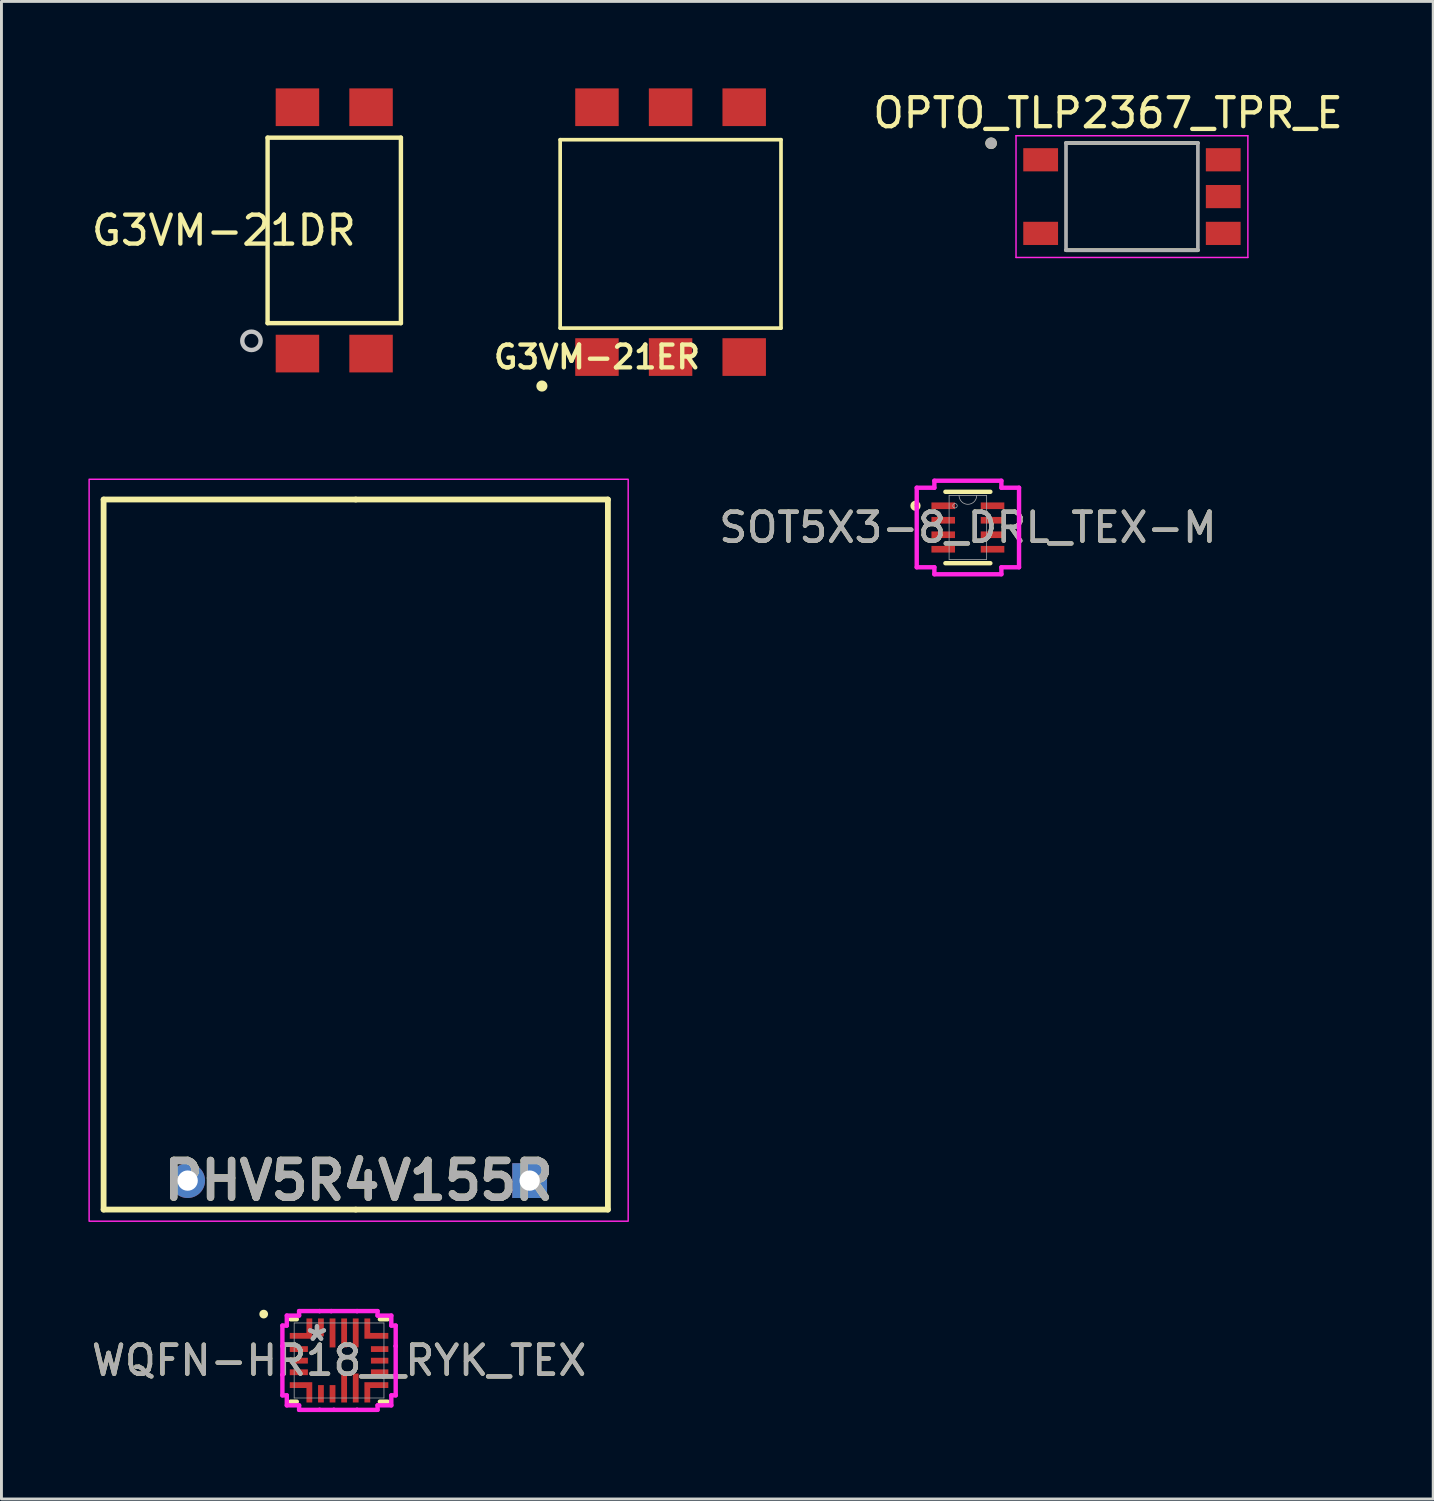
<source format=kicad_pcb>
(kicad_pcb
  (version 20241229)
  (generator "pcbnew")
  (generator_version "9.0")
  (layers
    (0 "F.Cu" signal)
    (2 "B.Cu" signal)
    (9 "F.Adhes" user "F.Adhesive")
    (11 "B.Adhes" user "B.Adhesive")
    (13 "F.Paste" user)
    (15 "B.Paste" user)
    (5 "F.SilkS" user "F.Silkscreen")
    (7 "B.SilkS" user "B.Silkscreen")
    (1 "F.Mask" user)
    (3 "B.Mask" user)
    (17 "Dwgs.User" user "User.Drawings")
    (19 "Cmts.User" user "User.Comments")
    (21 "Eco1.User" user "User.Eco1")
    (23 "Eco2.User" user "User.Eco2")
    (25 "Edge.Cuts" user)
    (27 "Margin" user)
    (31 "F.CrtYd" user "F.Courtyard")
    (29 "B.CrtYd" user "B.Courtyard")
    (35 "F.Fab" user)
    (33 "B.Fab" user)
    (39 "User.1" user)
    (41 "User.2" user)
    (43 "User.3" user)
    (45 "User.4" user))
  (footprint "WQFN-HR18__RYK_TEX"
    (layer "F.Cu")
    (at 8.649 43.892)
    (property "Reference" "WQFN-HR18__RYK_TEX" (at 0 0 0) (unlocked yes) (layer "F.SilkS") (effects (font (size 1 1) (thickness 0.15))))
    (attr smd)
    (fp_line (start -1.676 -1.422) (end -1.458 -1.422) (stroke (width 0.152) (type solid)) (layer "F.SilkS"))
    (fp_line (start -1.458 1.422) (end -1.676 1.422) (stroke (width 0.152) (type solid)) (layer "F.SilkS"))
    (fp_line (start 1.408 -1.422) (end 1.676 -1.422) (stroke (width 0.152) (type solid)) (layer "F.SilkS"))
    (fp_line (start 1.676 1.422) (end 1.408 1.422) (stroke (width 0.152) (type solid)) (layer "F.SilkS"))
    (fp_circle (center -2.6 -1.6) (end -2.6 -1.5) (stroke (width 0.1) (type solid)) (fill yes) (layer "F.SilkS"))
    (fp_line (start -1.955 -1.204) (end -1.955 -0.496) (stroke (width 0.152) (type solid)) (layer "F.CrtYd"))
    (fp_line (start -1.955 -0.496) (end -1.954 -0.496) (stroke (width 0.152) (type solid)) (layer "F.CrtYd"))
    (fp_line (start -1.955 0.496) (end -1.955 1.204) (stroke (width 0.152) (type solid)) (layer "F.CrtYd"))
    (fp_line (start -1.955 1.204) (end -1.803 1.204) (stroke (width 0.152) (type solid)) (layer "F.CrtYd"))
    (fp_line (start -1.954 -0.496) (end -1.954 0.496) (stroke (width 0.152) (type solid)) (layer "F.CrtYd"))
    (fp_line (start -1.954 0.496) (end -1.955 0.496) (stroke (width 0.152) (type solid)) (layer "F.CrtYd"))
    (fp_line (start -1.803 -1.549) (end -1.803 -1.204) (stroke (width 0.152) (type solid)) (layer "F.CrtYd"))
    (fp_line (start -1.803 -1.204) (end -1.955 -1.204) (stroke (width 0.152) (type solid)) (layer "F.CrtYd"))
    (fp_line (start -1.803 1.204) (end -1.803 1.549) (stroke (width 0.152) (type solid)) (layer "F.CrtYd"))
    (fp_line (start -1.803 1.549) (end -1.379 1.549) (stroke (width 0.152) (type solid)) (layer "F.CrtYd"))
    (fp_line (start -1.379 -1.704) (end -1.379 -1.549) (stroke (width 0.152) (type solid)) (layer "F.CrtYd"))
    (fp_line (start -1.379 -1.549) (end -1.803 -1.549) (stroke (width 0.152) (type solid)) (layer "F.CrtYd"))
    (fp_line (start -1.379 1.549) (end -1.379 1.704) (stroke (width 0.152) (type solid)) (layer "F.CrtYd"))
    (fp_line (start -1.379 1.704) (end -0.671 1.704) (stroke (width 0.152) (type solid)) (layer "F.CrtYd"))
    (fp_line (start -0.671 -1.704) (end -0.671 -1.704) (stroke (width 0.152) (type solid)) (layer "F.CrtYd"))
    (fp_line (start -0.671 -1.704) (end -1.379 -1.704) (stroke (width 0.152) (type solid)) (layer "F.CrtYd"))
    (fp_line (start -0.671 1.704) (end -0.671 1.704) (stroke (width 0.152) (type solid)) (layer "F.CrtYd"))
    (fp_line (start -0.671 1.704) (end -0.179 1.704) (stroke (width 0.152) (type solid)) (layer "F.CrtYd"))
    (fp_line (start -0.271 -1.704) (end -0.671 -1.704) (stroke (width 0.152) (type solid)) (layer "F.CrtYd"))
    (fp_line (start -0.271 -1.704) (end -0.271 -1.704) (stroke (width 0.152) (type solid)) (layer "F.CrtYd"))
    (fp_line (start -0.179 1.704) (end 0.621 1.704) (stroke (width 0.152) (type solid)) (layer "F.CrtYd"))
    (fp_line (start -0.179 1.704) (end -0.179 1.704) (stroke (width 0.152) (type solid)) (layer "F.CrtYd"))
    (fp_line (start 0.621 -1.704) (end 0.621 -1.704) (stroke (width 0.152) (type solid)) (layer "F.CrtYd"))
    (fp_line (start 0.621 -1.704) (end -0.271 -1.704) (stroke (width 0.152) (type solid)) (layer "F.CrtYd"))
    (fp_line (start 0.621 1.704) (end 0.621 1.704) (stroke (width 0.152) (type solid)) (layer "F.CrtYd"))
    (fp_line (start 0.621 1.704) (end 1.329 1.704) (stroke (width 0.152) (type solid)) (layer "F.CrtYd"))
    (fp_line (start 1.329 -1.704) (end 0.621 -1.704) (stroke (width 0.152) (type solid)) (layer "F.CrtYd"))
    (fp_line (start 1.329 -1.549) (end 1.329 -1.704) (stroke (width 0.152) (type solid)) (layer "F.CrtYd"))
    (fp_line (start 1.329 1.549) (end 1.803 1.549) (stroke (width 0.152) (type solid)) (layer "F.CrtYd"))
    (fp_line (start 1.329 1.704) (end 1.329 1.549) (stroke (width 0.152) (type solid)) (layer "F.CrtYd"))
    (fp_line (start 1.803 -1.549) (end 1.329 -1.549) (stroke (width 0.152) (type solid)) (layer "F.CrtYd"))
    (fp_line (start 1.803 -1.204) (end 1.803 -1.549) (stroke (width 0.152) (type solid)) (layer "F.CrtYd"))
    (fp_line (start 1.803 1.204) (end 1.954 1.204) (stroke (width 0.152) (type solid)) (layer "F.CrtYd"))
    (fp_line (start 1.803 1.549) (end 1.803 1.204) (stroke (width 0.152) (type solid)) (layer "F.CrtYd"))
    (fp_line (start 1.954 -1.204) (end 1.803 -1.204) (stroke (width 0.152) (type solid)) (layer "F.CrtYd"))
    (fp_line (start 1.954 -0.496) (end 1.954 -1.204) (stroke (width 0.152) (type solid)) (layer "F.CrtYd"))
    (fp_line (start 1.954 -0.496) (end 1.954 -0.496) (stroke (width 0.152) (type solid)) (layer "F.CrtYd"))
    (fp_line (start 1.954 0.496) (end 1.954 -0.496) (stroke (width 0.152) (type solid)) (layer "F.CrtYd"))
    (fp_line (start 1.954 0.496) (end 1.954 0.496) (stroke (width 0.152) (type solid)) (layer "F.CrtYd"))
    (fp_line (start 1.954 1.204) (end 1.954 0.496) (stroke (width 0.152) (type solid)) (layer "F.CrtYd"))
    (fp_line (start -1.549 -1.295) (end -1.549 1.295) (stroke (width 0.025) (type solid)) (layer "F.Fab"))
    (fp_line (start -1.549 1.295) (end 1.549 1.295) (stroke (width 0.025) (type solid)) (layer "F.Fab"))
    (fp_line (start 1.549 -1.295) (end -1.549 -1.295) (stroke (width 0.025) (type solid)) (layer "F.Fab"))
    (fp_line (start 1.549 1.295) (end 1.549 -1.295) (stroke (width 0.025) (type solid)) (layer "F.Fab"))
    (fp_text user "${REFERENCE}" (at 0 0 0) (unlocked yes) (layer "F.Fab") (effects (font (size 1 1) (thickness 0.15))))
    (fp_text user "*" (at -0.762 -0.635 0) (layer "F.Fab") (effects (font (size 1 1) (thickness 0.15))))
    (fp_text user "*" (at -0.762 -0.635 0) (unlocked yes) (layer "F.Fab") (effects (font (size 1 1) (thickness 0.15))))
    (pad "1" smd custom (at -1.313 -0.85) (size 0.775 0.2) (layers "F.Cu" "F.Mask" "F.Paste") (options (anchor rect)) (primitives (gr_poly (pts (xy -0.388 -0.1) (xy -0.388 0.1) (xy 0.388 0.1) (xy 0.388 -0.6) (xy 0.188 -0.6) (xy 0.188 -0.1)) (width 0) (fill yes)) (gr_rect (start 0.188 -0.6) (end 0.388 -0.1) (width 0) (fill yes))))
    (pad "2" smd rect (at -1.388 -0.393) (size 0.625 0.2) (layers "F.Cu" "F.Mask" "F.Paste"))
    (pad "3" smd rect (at -1.388 0.007) (size 0.625 0.2) (layers "F.Cu" "F.Mask" "F.Paste"))
    (pad "4" smd rect (at -1.388 0.407) (size 0.625 0.2) (layers "F.Cu" "F.Mask" "F.Paste"))
    (pad "5" smd custom (at -1.313 0.85) (size 0.776 0.2) (layers "F.Cu" "F.Mask" "F.Paste") (options (anchor rect)) (primitives (gr_poly (pts (xy -0.388 0.1) (xy -0.388 -0.1) (xy 0.388 -0.1) (xy 0.388 0.6) (xy 0.188 0.6) (xy 0.188 0.1)) (width 0) (fill yes)) (gr_rect (start 0.188 0.1) (end 0.388 0.6) (width 0) (fill yes))))
    (pad "6" smd rect (at -0.625 1.15 90) (size 0.6 0.2) (layers "F.Cu" "F.Mask" "F.Paste"))
    (pad "7" smd rect (at -0.225 1.15 90) (size 0.6 0.2) (layers "F.Cu" "F.Mask" "F.Paste"))
    (pad "8" smd rect (at 0.175 0.95) (size 0.2 1) (layers "F.Cu" "F.Mask" "F.Paste"))
    (pad "9" smd rect (at 0.575 0.95) (size 0.2 1) (layers "F.Cu" "F.Mask" "F.Paste"))
    (pad "10" smd custom (at 1.287 0.85) (size 0.825 0.2) (layers "F.Cu" "F.Mask" "F.Paste") (options (anchor rect)) (primitives (gr_poly (pts (xy -0.412 0.6) (xy -0.412 -0.1) (xy 0.412 -0.1) (xy 0.412 0.1) (xy -0.212 0.1) (xy -0.212 0.6)) (width 0) (fill yes)) (gr_rect (start -0.412 0.1) (end -0.212 0.6) (width 0) (fill yes))))
    (pad "11" smd rect (at 1.4 0.407) (size 0.6 0.2) (layers "F.Cu" "F.Mask" "F.Paste"))
    (pad "12" smd rect (at 1.4 0.007) (size 0.6 0.2) (layers "F.Cu" "F.Mask" "F.Paste"))
    (pad "13" smd rect (at 1.4 -0.393) (size 0.6 0.2) (layers "F.Cu" "F.Mask" "F.Paste"))
    (pad "14" smd custom (at 1.287 -0.85) (size 0.825 0.2) (layers "F.Cu" "F.Mask" "F.Paste") (options (anchor rect)) (primitives (gr_poly (pts (xy -0.412 -0.6) (xy -0.412 0.1) (xy 0.412 0.1) (xy 0.412 -0.1) (xy -0.212 -0.1) (xy -0.212 -0.6)) (width 0) (fill yes)) (gr_rect (start -0.412 -0.6) (end -0.212 -0.1) (width 0) (fill yes))))
    (pad "15" smd rect (at 0.575 -0.95) (size 0.2 1) (layers "F.Cu" "F.Mask" "F.Paste"))
    (pad "16" smd rect (at 0.175 -0.95) (size 0.2 1) (layers "F.Cu" "F.Mask" "F.Paste"))
    (pad "17" smd rect (at -0.225 -0.95) (size 0.2 1) (layers "F.Cu" "F.Mask" "F.Paste"))
    (pad "18" smd rect (at -0.625 -1.141 90) (size 0.619 0.2) (layers "F.Cu" "F.Mask" "F.Paste")))
  (footprint "PHV5R4V155R"
    (layer "F.Cu")
    (at 15.225 37.686)
    (property "Reference" "PHV5R4V155R" (at -5.9 0 0) (layer "F.SilkS") (effects (font (size 1.27 1.27) (thickness 0.254))))
    (attr through_hole)
    (fp_line (start -14.7 -23.5) (end -6 -23.5) (stroke (width 0.2) (type solid)) (layer "F.SilkS"))
    (fp_line (start -14.7 1) (end -14.7 -23.5) (stroke (width 0.2) (type solid)) (layer "F.SilkS"))
    (fp_line (start -14.7 1) (end -6 1) (stroke (width 0.2) (type solid)) (layer "F.SilkS"))
    (fp_line (start -6 -23.5) (end 2.7 -23.5) (stroke (width 0.2) (type solid)) (layer "F.SilkS"))
    (fp_line (start -6 1) (end 2.7 1) (stroke (width 0.2) (type solid)) (layer "F.SilkS"))
    (fp_line (start 2.7 1) (end 2.7 -23.5) (stroke (width 0.2) (type solid)) (layer "F.SilkS"))
    (fp_rect (start -15.2 -24.2) (end 3.4 1.4) (stroke (width 0.05) (type default)) (fill no) (layer "F.CrtYd"))
    (fp_text user "${REFERENCE}" (at -5.9 0 0) (layer "F.Fab") (effects (font (size 1.27 1.27) (thickness 0.254))))
    (pad "1" thru_hole rect (at 0 0) (size 1.2 1.2) (drill 0.7) (layers "*.Cu" "*.Mask"))
    (pad "2" thru_hole circle (at -11.8 0) (size 1.2 1.2) (drill 0.7) (layers "*.Cu" "*.Mask")))
  (footprint "G3VM-21DR"
    (layer "F.Cu")
    (at 8.483 4.9)
    (property "Reference" "G3VM-21DR" (at -3.81 0 180) (layer "F.SilkS") (effects (font (size 1 1) (thickness 0.15))))
    (attr smd)
    (fp_line (start -2.3 -3.2) (end 2.3 -3.2) (stroke (width 0.152) (type solid)) (layer "F.SilkS"))
    (fp_line (start -2.3 3.2) (end -2.3 -3.2) (stroke (width 0.152) (type solid)) (layer "F.SilkS"))
    (fp_line (start 2.3 -3.2) (end 2.3 3.2) (stroke (width 0.152) (type solid)) (layer "F.SilkS"))
    (fp_line (start 2.3 3.2) (end -2.3 3.2) (stroke (width 0.152) (type solid)) (layer "F.SilkS"))
    (fp_circle (center -2.857 3.81) (end -2.54 3.81) (stroke (width 0.152) (type solid)) (fill no) (layer "Dwgs.User"))
    (pad "1" smd rect (at -1.27 4.25) (size 1.5 1.3) (layers "F.Cu" "F.Mask" "F.Paste"))
    (pad "2" smd rect (at 1.27 4.25) (size 1.5 1.3) (layers "F.Cu" "F.Mask" "F.Paste"))
    (pad "3" smd rect (at 1.27 -4.25) (size 1.5 1.3) (layers "F.Cu" "F.Mask" "F.Paste"))
    (pad "4" smd rect (at -1.27 -4.25) (size 1.5 1.3) (layers "F.Cu" "F.Mask" "F.Paste")))
  (footprint "SOT5X3-8_DRL_TEX-M"
    (layer "F.Cu")
    (at 30.346 15.151)
    (property "Reference" "SOT5X3-8_DRL_TEX-M" (at 0 0 0) (unlocked yes) (layer "F.SilkS") (effects (font (size 1 1) (thickness 0.15))))
    (attr smd)
    (fp_line (start -0.775 1.232) (end 0.775 1.232) (stroke (width 0.152) (type solid)) (layer "F.SilkS"))
    (fp_line (start 0.775 -1.232) (end -0.775 -1.232) (stroke (width 0.152) (type solid)) (layer "F.SilkS"))
    (fp_circle (center -1.808 -0.75) (end -1.707 -0.75) (stroke (width 0.152) (type solid)) (fill no) (layer "F.SilkS"))
    (fp_line (start -1.765 -1.372) (end -1.156 -1.372) (stroke (width 0.152) (type solid)) (layer "F.CrtYd"))
    (fp_line (start -1.765 1.372) (end -1.765 -1.372) (stroke (width 0.152) (type solid)) (layer "F.CrtYd"))
    (fp_line (start -1.765 1.372) (end -1.156 1.372) (stroke (width 0.152) (type solid)) (layer "F.CrtYd"))
    (fp_line (start -1.156 -1.613) (end 1.156 -1.613) (stroke (width 0.152) (type solid)) (layer "F.CrtYd"))
    (fp_line (start -1.156 -1.372) (end -1.156 -1.613) (stroke (width 0.152) (type solid)) (layer "F.CrtYd"))
    (fp_line (start -1.156 1.613) (end -1.156 1.372) (stroke (width 0.152) (type solid)) (layer "F.CrtYd"))
    (fp_line (start 1.156 -1.613) (end 1.156 -1.372) (stroke (width 0.152) (type solid)) (layer "F.CrtYd"))
    (fp_line (start 1.156 1.372) (end 1.156 1.613) (stroke (width 0.152) (type solid)) (layer "F.CrtYd"))
    (fp_line (start 1.156 1.613) (end -1.156 1.613) (stroke (width 0.152) (type solid)) (layer "F.CrtYd"))
    (fp_line (start 1.765 -1.372) (end 1.156 -1.372) (stroke (width 0.152) (type solid)) (layer "F.CrtYd"))
    (fp_line (start 1.765 -1.372) (end 1.765 1.372) (stroke (width 0.152) (type solid)) (layer "F.CrtYd"))
    (fp_line (start 1.765 1.372) (end 1.156 1.372) (stroke (width 0.152) (type solid)) (layer "F.CrtYd"))
    (fp_line (start -0.648 -1.105) (end -0.648 1.105) (stroke (width 0.025) (type solid)) (layer "F.Fab"))
    (fp_line (start -0.648 1.105) (end 0.648 1.105) (stroke (width 0.025) (type solid)) (layer "F.Fab"))
    (fp_line (start 0.648 -1.105) (end -0.648 -1.105) (stroke (width 0.025) (type solid)) (layer "F.Fab"))
    (fp_line (start 0.648 1.105) (end 0.648 -1.105) (stroke (width 0.025) (type solid)) (layer "F.Fab"))
    (fp_arc (start 0.3048 -1.1049) (mid 0 -0.8001) (end -0.3048 -1.1049) (stroke (width 0.0254) (type solid)) (layer "F.Fab"))
    (fp_circle (center -0.445 -0.75) (end -0.368 -0.75) (stroke (width 0.025) (type solid)) (fill no) (layer "F.Fab"))
    (fp_text user "${REFERENCE}" (at 0 0 0) (unlocked yes) (layer "F.Fab") (effects (font (size 1 1) (thickness 0.15))))
    (pad "1" smd rect (at -0.851 -0.75) (size 0.813 0.229) (layers "F.Cu" "F.Mask" "F.Paste"))
    (pad "2" smd rect (at -0.851 -0.25) (size 0.813 0.229) (layers "F.Cu" "F.Mask" "F.Paste"))
    (pad "3" smd rect (at -0.851 0.25) (size 0.813 0.229) (layers "F.Cu" "F.Mask" "F.Paste"))
    (pad "4" smd rect (at -0.851 0.75) (size 0.813 0.229) (layers "F.Cu" "F.Mask" "F.Paste"))
    (pad "5" smd rect (at 0.851 0.75) (size 0.813 0.229) (layers "F.Cu" "F.Mask" "F.Paste"))
    (pad "6" smd rect (at 0.851 0.25) (size 0.813 0.229) (layers "F.Cu" "F.Mask" "F.Paste"))
    (pad "7" smd rect (at 0.851 -0.25) (size 0.813 0.229) (layers "F.Cu" "F.Mask" "F.Paste"))
    (pad "8" smd rect (at 0.851 -0.75) (size 0.813 0.229) (layers "F.Cu" "F.Mask" "F.Paste")))
  (footprint "OPTO_TLP2367_TPR_E"
    (layer "F.Cu")
    (at 36.007 3.733)
    (property "Reference" "OPTO_TLP2367_TPR_E" (at -0.825 -2.885 0) (layer "F.SilkS") (effects (font (size 1 1) (thickness 0.15))))
    (attr smd)
    (fp_line (start -2.275 -1.85) (end 2.275 -1.85) (stroke (width 0.127) (type solid)) (layer "F.SilkS"))
    (fp_line (start -2.275 1.85) (end 2.275 1.85) (stroke (width 0.127) (type solid)) (layer "F.SilkS"))
    (fp_circle (center -4.86 -1.84) (end -4.76 -1.84) (stroke (width 0.2) (type solid)) (fill no) (layer "F.SilkS"))
    (fp_line (start -4 -2.1) (end -4 2.1) (stroke (width 0.05) (type solid)) (layer "F.CrtYd"))
    (fp_line (start -4 -2.1) (end 4 -2.1) (stroke (width 0.05) (type solid)) (layer "F.CrtYd"))
    (fp_line (start -4 2.1) (end 4 2.1) (stroke (width 0.05) (type solid)) (layer "F.CrtYd"))
    (fp_line (start 4 -2.1) (end 4 2.1) (stroke (width 0.05) (type solid)) (layer "F.CrtYd"))
    (fp_line (start -2.275 -1.85) (end -2.275 1.85) (stroke (width 0.127) (type solid)) (layer "F.Fab"))
    (fp_line (start -2.275 -1.85) (end 2.275 -1.85) (stroke (width 0.127) (type solid)) (layer "F.Fab"))
    (fp_line (start -2.275 1.85) (end 2.275 1.85) (stroke (width 0.127) (type solid)) (layer "F.Fab"))
    (fp_line (start 2.275 -1.85) (end 2.275 1.85) (stroke (width 0.127) (type solid)) (layer "F.Fab"))
    (fp_circle (center -4.86 -1.84) (end -4.76 -1.84) (stroke (width 0.2) (type solid)) (fill no) (layer "F.Fab"))
    (pad "1" smd rect (at -3.15 -1.27) (size 1.2 0.8) (layers "F.Cu" "F.Mask" "F.Paste"))
    (pad "3" smd rect (at -3.15 1.27) (size 1.2 0.8) (layers "F.Cu" "F.Mask" "F.Paste"))
    (pad "4" smd rect (at 3.15 1.27) (size 1.2 0.8) (layers "F.Cu" "F.Mask" "F.Paste"))
    (pad "5" smd rect (at 3.15 0) (size 1.2 0.8) (layers "F.Cu" "F.Mask" "F.Paste"))
    (pad "6" smd rect (at 3.15 -1.27) (size 1.2 0.8) (layers "F.Cu" "F.Mask" "F.Paste")))
  (footprint "G3VM-21ER"
    (layer "F.Cu")
    (at 17.548 9.27)
    (property "Reference" "G3VM-21ER" (at 0 0 0) (layer "F.SilkS") (effects (font (size 0.787 0.787) (thickness 0.15))))
    (attr smd)
    (fp_line (start -1.27 -7.5) (end -1.27 -1) (stroke (width 0.127) (type solid)) (layer "F.SilkS"))
    (fp_line (start -1.27 -1) (end 6.35 -1) (stroke (width 0.127) (type solid)) (layer "F.SilkS"))
    (fp_line (start 6.35 -7.5) (end -1.27 -7.5) (stroke (width 0.127) (type solid)) (layer "F.SilkS"))
    (fp_line (start 6.35 -1) (end 6.35 -7.5) (stroke (width 0.127) (type solid)) (layer "F.SilkS"))
    (fp_circle (center -1.9 1) (end -1.8 1.1) (stroke (width 0.1) (type solid)) (fill yes) (layer "F.SilkS"))
    (pad "1" smd rect (at 0 0) (size 1.5 1.3) (layers "F.Cu" "F.Mask" "F.Paste"))
    (pad "2" smd rect (at 2.54 0) (size 1.5 1.3) (layers "F.Cu" "F.Mask" "F.Paste"))
    (pad "3" smd rect (at 5.08 0) (size 1.5 1.3) (layers "F.Cu" "F.Mask" "F.Paste"))
    (pad "4" smd rect (at 5.08 -8.62) (size 1.5 1.3) (layers "F.Cu" "F.Mask" "F.Paste"))
    (pad "5" smd rect (at 2.54 -8.62) (size 1.5 1.3) (layers "F.Cu" "F.Mask" "F.Paste"))
    (pad "6" smd rect (at 0 -8.62) (size 1.5 1.3) (layers "F.Cu" "F.Mask" "F.Paste")))
  (gr_rect
    (start -3 -3)
    (end 46.402 48.672)
    (stroke (width 0.1) (type default))
    (fill no)
    (layer "Edge.Cuts")))
</source>
